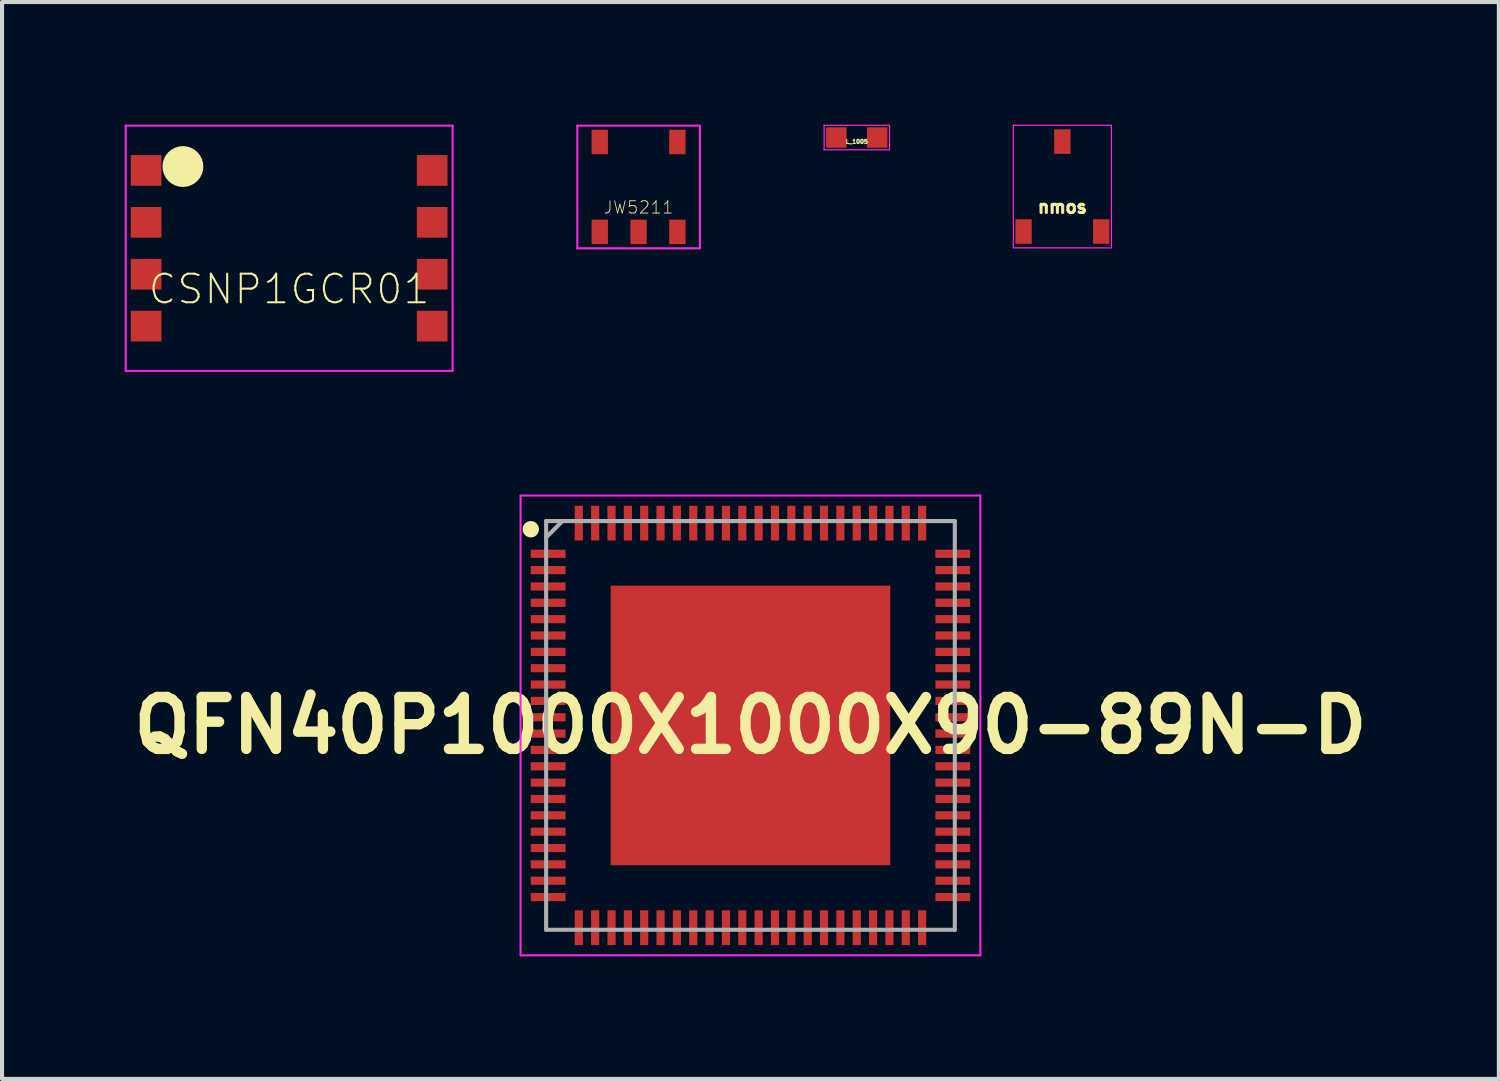
<source format=kicad_pcb>
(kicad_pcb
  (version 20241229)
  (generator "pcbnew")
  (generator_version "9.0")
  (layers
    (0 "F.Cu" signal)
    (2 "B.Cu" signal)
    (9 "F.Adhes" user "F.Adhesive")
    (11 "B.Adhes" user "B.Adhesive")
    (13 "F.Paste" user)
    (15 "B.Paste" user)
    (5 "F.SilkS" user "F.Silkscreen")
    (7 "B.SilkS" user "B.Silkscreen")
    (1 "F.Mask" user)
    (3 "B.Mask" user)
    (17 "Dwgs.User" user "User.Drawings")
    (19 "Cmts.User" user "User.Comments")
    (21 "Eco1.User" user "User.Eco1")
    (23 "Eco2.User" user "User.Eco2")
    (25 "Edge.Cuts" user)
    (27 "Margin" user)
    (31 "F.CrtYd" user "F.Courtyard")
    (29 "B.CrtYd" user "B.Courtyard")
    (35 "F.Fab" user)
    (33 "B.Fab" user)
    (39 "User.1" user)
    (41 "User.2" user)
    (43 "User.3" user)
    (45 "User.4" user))
  (footprint "CSNP1GCR01"
    (layer "F.Cu")
    (at 4.025 3.025)
    (property "Reference" "CSNP1GCR01" (at 0 1 0) (layer "F.SilkS") (effects (font (size 0.7 0.7) (thickness 0.05))))
    (attr smd)
    (fp_circle (center -2.6 -2) (end -2.6 -2) (stroke (width 0.5) (type solid)) (fill no) (layer "F.SilkS"))
    (fp_line (start -4 -3) (end -4 3) (stroke (width 0.05) (type solid)) (layer "F.CrtYd"))
    (fp_line (start -4 3) (end 4 3) (stroke (width 0.05) (type solid)) (layer "F.CrtYd"))
    (fp_line (start 4 -3) (end -4 -3) (stroke (width 0.05) (type solid)) (layer "F.CrtYd"))
    (fp_line (start 4 3) (end 4 -3) (stroke (width 0.05) (type solid)) (layer "F.CrtYd"))
    (pad "1" smd rect (at -3.5 -1.905) (size 0.75 0.75) (layers "F.Cu" "F.Mask" "F.Paste"))
    (pad "2" smd rect (at -3.5 -0.635) (size 0.75 0.75) (layers "F.Cu" "F.Mask" "F.Paste"))
    (pad "3" smd rect (at -3.5 0.635) (size 0.75 0.75) (layers "F.Cu" "F.Mask" "F.Paste"))
    (pad "4" smd rect (at -3.5 1.905) (size 0.75 0.75) (layers "F.Cu" "F.Mask" "F.Paste"))
    (pad "5" smd rect (at 3.5 1.905) (size 0.75 0.75) (layers "F.Cu" "F.Mask" "F.Paste"))
    (pad "6" smd rect (at 3.5 0.635) (size 0.75 0.75) (layers "F.Cu" "F.Mask" "F.Paste"))
    (pad "7" smd rect (at 3.5 -0.635) (size 0.75 0.75) (layers "F.Cu" "F.Mask" "F.Paste"))
    (pad "8" smd rect (at 3.5 -1.905) (size 0.75 0.75) (layers "F.Cu" "F.Mask" "F.Paste")))
  (footprint "L_1005"
    (layer "F.Cu")
    (at 17.915 0.315)
    (property "Reference" "L_1005" (at 0 0.1 0) (layer "F.SilkS") (effects (font (size 0.1 0.1) (thickness 0.025))))
    (attr smd)
    (fp_line (start -0.8 -0.3) (end -0.8 0.3) (stroke (width 0.03) (type solid)) (layer "F.CrtYd"))
    (fp_line (start -0.8 0.3) (end 0.8 0.3) (stroke (width 0.03) (type solid)) (layer "F.CrtYd"))
    (fp_line (start 0.8 -0.3) (end -0.8 -0.3) (stroke (width 0.03) (type solid)) (layer "F.CrtYd"))
    (fp_line (start 0.8 0.3) (end 0.8 -0.3) (stroke (width 0.03) (type solid)) (layer "F.CrtYd"))
    (pad "1" smd rect (at -0.5 0) (size 0.5 0.5) (layers "F.Cu" "F.Mask" "F.Paste"))
    (pad "2" smd rect (at 0.5 0) (size 0.5 0.5) (layers "F.Cu" "F.Mask" "F.Paste")))
  (footprint "QFN40P1000X1000X90-89N-D"
    (layer "F.Cu")
    (at 15.313 14.7)
    (property "Reference" "QFN40P1000X1000X90-89N-D" (at 0 0 0) (layer "F.SilkS") (effects (font (size 1.27 1.27) (thickness 0.254))))
    (attr smd)
    (fp_circle (center -5.375 -4.8) (end -5.375 -4.7) (stroke (width 0.2) (type solid)) (fill no) (layer "F.SilkS"))
    (fp_line (start -5.625 -5.625) (end 5.625 -5.625) (stroke (width 0.05) (type solid)) (layer "F.CrtYd"))
    (fp_line (start -5.625 5.625) (end -5.625 -5.625) (stroke (width 0.05) (type solid)) (layer "F.CrtYd"))
    (fp_line (start 5.625 -5.625) (end 5.625 5.625) (stroke (width 0.05) (type solid)) (layer "F.CrtYd"))
    (fp_line (start 5.625 5.625) (end -5.625 5.625) (stroke (width 0.05) (type solid)) (layer "F.CrtYd"))
    (fp_line (start -5 -5) (end 5 -5) (stroke (width 0.1) (type solid)) (layer "F.Fab"))
    (fp_line (start -5 -4.6) (end -4.6 -5) (stroke (width 0.1) (type solid)) (layer "F.Fab"))
    (fp_line (start -5 5) (end -5 -5) (stroke (width 0.1) (type solid)) (layer "F.Fab"))
    (fp_line (start 5 -5) (end 5 5) (stroke (width 0.1) (type solid)) (layer "F.Fab"))
    (fp_line (start 5 5) (end -5 5) (stroke (width 0.1) (type solid)) (layer "F.Fab"))
    (pad "1" smd rect (at -4.95 -4.2 90) (size 0.2 0.85) (layers "F.Cu" "F.Mask" "F.Paste"))
    (pad "2" smd rect (at -4.95 -3.8 90) (size 0.2 0.85) (layers "F.Cu" "F.Mask" "F.Paste"))
    (pad "3" smd rect (at -4.95 -3.4 90) (size 0.2 0.85) (layers "F.Cu" "F.Mask" "F.Paste"))
    (pad "4" smd rect (at -4.95 -3 90) (size 0.2 0.85) (layers "F.Cu" "F.Mask" "F.Paste"))
    (pad "5" smd rect (at -4.95 -2.6 90) (size 0.2 0.85) (layers "F.Cu" "F.Mask" "F.Paste"))
    (pad "6" smd rect (at -4.95 -2.2 90) (size 0.2 0.85) (layers "F.Cu" "F.Mask" "F.Paste"))
    (pad "7" smd rect (at -4.95 -1.8 90) (size 0.2 0.85) (layers "F.Cu" "F.Mask" "F.Paste"))
    (pad "8" smd rect (at -4.95 -1.4 90) (size 0.2 0.85) (layers "F.Cu" "F.Mask" "F.Paste"))
    (pad "9" smd rect (at -4.95 -1 90) (size 0.2 0.85) (layers "F.Cu" "F.Mask" "F.Paste"))
    (pad "10" smd rect (at -4.95 -0.6 90) (size 0.2 0.85) (layers "F.Cu" "F.Mask" "F.Paste"))
    (pad "11" smd rect (at -4.95 -0.2 90) (size 0.2 0.85) (layers "F.Cu" "F.Mask" "F.Paste"))
    (pad "12" smd rect (at -4.95 0.2 90) (size 0.2 0.85) (layers "F.Cu" "F.Mask" "F.Paste"))
    (pad "13" smd rect (at -4.95 0.6 90) (size 0.2 0.85) (layers "F.Cu" "F.Mask" "F.Paste"))
    (pad "14" smd rect (at -4.95 1 90) (size 0.2 0.85) (layers "F.Cu" "F.Mask" "F.Paste"))
    (pad "15" smd rect (at -4.95 1.4 90) (size 0.2 0.85) (layers "F.Cu" "F.Mask" "F.Paste"))
    (pad "16" smd rect (at -4.95 1.8 90) (size 0.2 0.85) (layers "F.Cu" "F.Mask" "F.Paste"))
    (pad "17" smd rect (at -4.95 2.2 90) (size 0.2 0.85) (layers "F.Cu" "F.Mask" "F.Paste"))
    (pad "18" smd rect (at -4.95 2.6 90) (size 0.2 0.85) (layers "F.Cu" "F.Mask" "F.Paste"))
    (pad "19" smd rect (at -4.95 3 90) (size 0.2 0.85) (layers "F.Cu" "F.Mask" "F.Paste"))
    (pad "20" smd rect (at -4.95 3.4 90) (size 0.2 0.85) (layers "F.Cu" "F.Mask" "F.Paste"))
    (pad "21" smd rect (at -4.95 3.8 90) (size 0.2 0.85) (layers "F.Cu" "F.Mask" "F.Paste"))
    (pad "22" smd rect (at -4.95 4.2 90) (size 0.2 0.85) (layers "F.Cu" "F.Mask" "F.Paste"))
    (pad "23" smd rect (at -4.2 4.95) (size 0.2 0.85) (layers "F.Cu" "F.Mask" "F.Paste"))
    (pad "24" smd rect (at -3.8 4.95) (size 0.2 0.85) (layers "F.Cu" "F.Mask" "F.Paste"))
    (pad "25" smd rect (at -3.4 4.95) (size 0.2 0.85) (layers "F.Cu" "F.Mask" "F.Paste"))
    (pad "26" smd rect (at -3 4.95) (size 0.2 0.85) (layers "F.Cu" "F.Mask" "F.Paste"))
    (pad "27" smd rect (at -2.6 4.95) (size 0.2 0.85) (layers "F.Cu" "F.Mask" "F.Paste"))
    (pad "28" smd rect (at -2.2 4.95) (size 0.2 0.85) (layers "F.Cu" "F.Mask" "F.Paste"))
    (pad "29" smd rect (at -1.8 4.95) (size 0.2 0.85) (layers "F.Cu" "F.Mask" "F.Paste"))
    (pad "30" smd rect (at -1.4 4.95) (size 0.2 0.85) (layers "F.Cu" "F.Mask" "F.Paste"))
    (pad "31" smd rect (at -1 4.95) (size 0.2 0.85) (layers "F.Cu" "F.Mask" "F.Paste"))
    (pad "32" smd rect (at -0.6 4.95) (size 0.2 0.85) (layers "F.Cu" "F.Mask" "F.Paste"))
    (pad "33" smd rect (at -0.2 4.95) (size 0.2 0.85) (layers "F.Cu" "F.Mask" "F.Paste"))
    (pad "34" smd rect (at 0.2 4.95) (size 0.2 0.85) (layers "F.Cu" "F.Mask" "F.Paste"))
    (pad "35" smd rect (at 0.6 4.95) (size 0.2 0.85) (layers "F.Cu" "F.Mask" "F.Paste"))
    (pad "36" smd rect (at 1 4.95) (size 0.2 0.85) (layers "F.Cu" "F.Mask" "F.Paste"))
    (pad "37" smd rect (at 1.4 4.95) (size 0.2 0.85) (layers "F.Cu" "F.Mask" "F.Paste"))
    (pad "38" smd rect (at 1.8 4.95) (size 0.2 0.85) (layers "F.Cu" "F.Mask" "F.Paste"))
    (pad "39" smd rect (at 2.2 4.95) (size 0.2 0.85) (layers "F.Cu" "F.Mask" "F.Paste"))
    (pad "40" smd rect (at 2.6 4.95) (size 0.2 0.85) (layers "F.Cu" "F.Mask" "F.Paste"))
    (pad "41" smd rect (at 3 4.95) (size 0.2 0.85) (layers "F.Cu" "F.Mask" "F.Paste"))
    (pad "42" smd rect (at 3.4 4.95) (size 0.2 0.85) (layers "F.Cu" "F.Mask" "F.Paste"))
    (pad "43" smd rect (at 3.8 4.95) (size 0.2 0.85) (layers "F.Cu" "F.Mask" "F.Paste"))
    (pad "44" smd rect (at 4.2 4.95) (size 0.2 0.85) (layers "F.Cu" "F.Mask" "F.Paste"))
    (pad "45" smd rect (at 4.95 4.2 90) (size 0.2 0.85) (layers "F.Cu" "F.Mask" "F.Paste"))
    (pad "46" smd rect (at 4.95 3.8 90) (size 0.2 0.85) (layers "F.Cu" "F.Mask" "F.Paste"))
    (pad "47" smd rect (at 4.95 3.4 90) (size 0.2 0.85) (layers "F.Cu" "F.Mask" "F.Paste"))
    (pad "48" smd rect (at 4.95 3 90) (size 0.2 0.85) (layers "F.Cu" "F.Mask" "F.Paste"))
    (pad "49" smd rect (at 4.95 2.6 90) (size 0.2 0.85) (layers "F.Cu" "F.Mask" "F.Paste"))
    (pad "50" smd rect (at 4.95 2.2 90) (size 0.2 0.85) (layers "F.Cu" "F.Mask" "F.Paste"))
    (pad "51" smd rect (at 4.95 1.8 90) (size 0.2 0.85) (layers "F.Cu" "F.Mask" "F.Paste"))
    (pad "52" smd rect (at 4.95 1.4 90) (size 0.2 0.85) (layers "F.Cu" "F.Mask" "F.Paste"))
    (pad "53" smd rect (at 4.95 1 90) (size 0.2 0.85) (layers "F.Cu" "F.Mask" "F.Paste"))
    (pad "54" smd rect (at 4.95 0.6 90) (size 0.2 0.85) (layers "F.Cu" "F.Mask" "F.Paste"))
    (pad "55" smd rect (at 4.95 0.2 90) (size 0.2 0.85) (layers "F.Cu" "F.Mask" "F.Paste"))
    (pad "56" smd rect (at 4.95 -0.2 90) (size 0.2 0.85) (layers "F.Cu" "F.Mask" "F.Paste"))
    (pad "57" smd rect (at 4.95 -0.6 90) (size 0.2 0.85) (layers "F.Cu" "F.Mask" "F.Paste"))
    (pad "58" smd rect (at 4.95 -1 90) (size 0.2 0.85) (layers "F.Cu" "F.Mask" "F.Paste"))
    (pad "59" smd rect (at 4.95 -1.4 90) (size 0.2 0.85) (layers "F.Cu" "F.Mask" "F.Paste"))
    (pad "60" smd rect (at 4.95 -1.8 90) (size 0.2 0.85) (layers "F.Cu" "F.Mask" "F.Paste"))
    (pad "61" smd rect (at 4.95 -2.2 90) (size 0.2 0.85) (layers "F.Cu" "F.Mask" "F.Paste"))
    (pad "62" smd rect (at 4.95 -2.6 90) (size 0.2 0.85) (layers "F.Cu" "F.Mask" "F.Paste"))
    (pad "63" smd rect (at 4.95 -3 90) (size 0.2 0.85) (layers "F.Cu" "F.Mask" "F.Paste"))
    (pad "64" smd rect (at 4.95 -3.4 90) (size 0.2 0.85) (layers "F.Cu" "F.Mask" "F.Paste"))
    (pad "65" smd rect (at 4.95 -3.8 90) (size 0.2 0.85) (layers "F.Cu" "F.Mask" "F.Paste"))
    (pad "66" smd rect (at 4.95 -4.2 90) (size 0.2 0.85) (layers "F.Cu" "F.Mask" "F.Paste"))
    (pad "67" smd rect (at 4.2 -4.95) (size 0.2 0.85) (layers "F.Cu" "F.Mask" "F.Paste"))
    (pad "68" smd rect (at 3.8 -4.95) (size 0.2 0.85) (layers "F.Cu" "F.Mask" "F.Paste"))
    (pad "69" smd rect (at 3.4 -4.95) (size 0.2 0.85) (layers "F.Cu" "F.Mask" "F.Paste"))
    (pad "70" smd rect (at 3 -4.95) (size 0.2 0.85) (layers "F.Cu" "F.Mask" "F.Paste"))
    (pad "71" smd rect (at 2.6 -4.95) (size 0.2 0.85) (layers "F.Cu" "F.Mask" "F.Paste"))
    (pad "72" smd rect (at 2.2 -4.95) (size 0.2 0.85) (layers "F.Cu" "F.Mask" "F.Paste"))
    (pad "73" smd rect (at 1.8 -4.95) (size 0.2 0.85) (layers "F.Cu" "F.Mask" "F.Paste"))
    (pad "74" smd rect (at 1.4 -4.95) (size 0.2 0.85) (layers "F.Cu" "F.Mask" "F.Paste"))
    (pad "75" smd rect (at 1 -4.95) (size 0.2 0.85) (layers "F.Cu" "F.Mask" "F.Paste"))
    (pad "76" smd rect (at 0.6 -4.95) (size 0.2 0.85) (layers "F.Cu" "F.Mask" "F.Paste"))
    (pad "77" smd rect (at 0.2 -4.95) (size 0.2 0.85) (layers "F.Cu" "F.Mask" "F.Paste"))
    (pad "78" smd rect (at -0.2 -4.95) (size 0.2 0.85) (layers "F.Cu" "F.Mask" "F.Paste"))
    (pad "79" smd rect (at -0.6 -4.95) (size 0.2 0.85) (layers "F.Cu" "F.Mask" "F.Paste"))
    (pad "80" smd rect (at -1 -4.95) (size 0.2 0.85) (layers "F.Cu" "F.Mask" "F.Paste"))
    (pad "81" smd rect (at -1.4 -4.95) (size 0.2 0.85) (layers "F.Cu" "F.Mask" "F.Paste"))
    (pad "82" smd rect (at -1.8 -4.95) (size 0.2 0.85) (layers "F.Cu" "F.Mask" "F.Paste"))
    (pad "83" smd rect (at -2.2 -4.95) (size 0.2 0.85) (layers "F.Cu" "F.Mask" "F.Paste"))
    (pad "84" smd rect (at -2.6 -4.95) (size 0.2 0.85) (layers "F.Cu" "F.Mask" "F.Paste"))
    (pad "85" smd rect (at -3 -4.95) (size 0.2 0.85) (layers "F.Cu" "F.Mask" "F.Paste"))
    (pad "86" smd rect (at -3.4 -4.95) (size 0.2 0.85) (layers "F.Cu" "F.Mask" "F.Paste"))
    (pad "87" smd rect (at -3.8 -4.95) (size 0.2 0.85) (layers "F.Cu" "F.Mask" "F.Paste"))
    (pad "88" smd rect (at -4.2 -4.95) (size 0.2 0.85) (layers "F.Cu" "F.Mask" "F.Paste"))
    (pad "89" smd rect (at 0 0) (size 6.84 6.84) (layers "F.Cu" "F.Mask" "F.Paste")))
  (footprint "nmos"
    (layer "F.Cu")
    (at 22.945 1.515)
    (property "Reference" "nmos" (at 0 0.5 0) (layer "F.SilkS") (effects (font (size 0.3 0.3) (thickness 0.075))))
    (attr smd)
    (fp_line (start -1.2 -1.5) (end 1.2 -1.5) (stroke (width 0.03) (type solid)) (layer "F.CrtYd"))
    (fp_line (start -1.2 1.5) (end -1.2 -1.5) (stroke (width 0.03) (type solid)) (layer "F.CrtYd"))
    (fp_line (start 1.2 -1.5) (end 1.2 1.5) (stroke (width 0.03) (type solid)) (layer "F.CrtYd"))
    (fp_line (start 1.2 1.5) (end -1.2 1.5) (stroke (width 0.03) (type solid)) (layer "F.CrtYd"))
    (pad "1" smd rect (at -0.95 1.1) (size 0.4 0.6) (layers "F.Cu" "F.Mask" "F.Paste"))
    (pad "2" smd rect (at 0.95 1.1) (size 0.4 0.6) (layers "F.Cu" "F.Mask" "F.Paste"))
    (pad "3" smd rect (at 0 -1.1) (size 0.4 0.6) (layers "F.Cu" "F.Mask" "F.Paste")))
  (footprint "JW5211"
    (layer "F.Cu")
    (at 12.575 1.525)
    (property "Reference" "JW5211" (at 0 0.5 0) (layer "F.SilkS") (effects (font (size 0.3 0.3) (thickness 0.02))))
    (attr smd)
    (fp_line (start -1.5 -1.5) (end -1.5 1.5) (stroke (width 0.05) (type solid)) (layer "F.CrtYd"))
    (fp_line (start -1.5 1.5) (end 1.5 1.5) (stroke (width 0.05) (type solid)) (layer "F.CrtYd"))
    (fp_line (start 1.5 -1.5) (end -1.5 -1.5) (stroke (width 0.05) (type solid)) (layer "F.CrtYd"))
    (fp_line (start 1.5 1.5) (end 1.5 -1.5) (stroke (width 0.05) (type solid)) (layer "F.CrtYd"))
    (pad "1" smd rect (at -0.95 1.1) (size 0.4 0.6) (layers "F.Cu" "F.Mask" "F.Paste"))
    (pad "2" smd rect (at 0 1.1) (size 0.4 0.6) (layers "F.Cu" "F.Mask" "F.Paste"))
    (pad "3" smd rect (at 0.95 1.1) (size 0.4 0.6) (layers "F.Cu" "F.Mask" "F.Paste"))
    (pad "4" smd rect (at 0.95 -1.1) (size 0.4 0.6) (layers "F.Cu" "F.Mask" "F.Paste"))
    (pad "5" smd rect (at -0.95 -1.1) (size 0.4 0.6) (layers "F.Cu" "F.Mask" "F.Paste")))
  (gr_rect
    (start -3 -3)
    (end 33.625 23.35)
    (stroke (width 0.1) (type default))
    (fill no)
    (layer "Edge.Cuts")))
</source>
